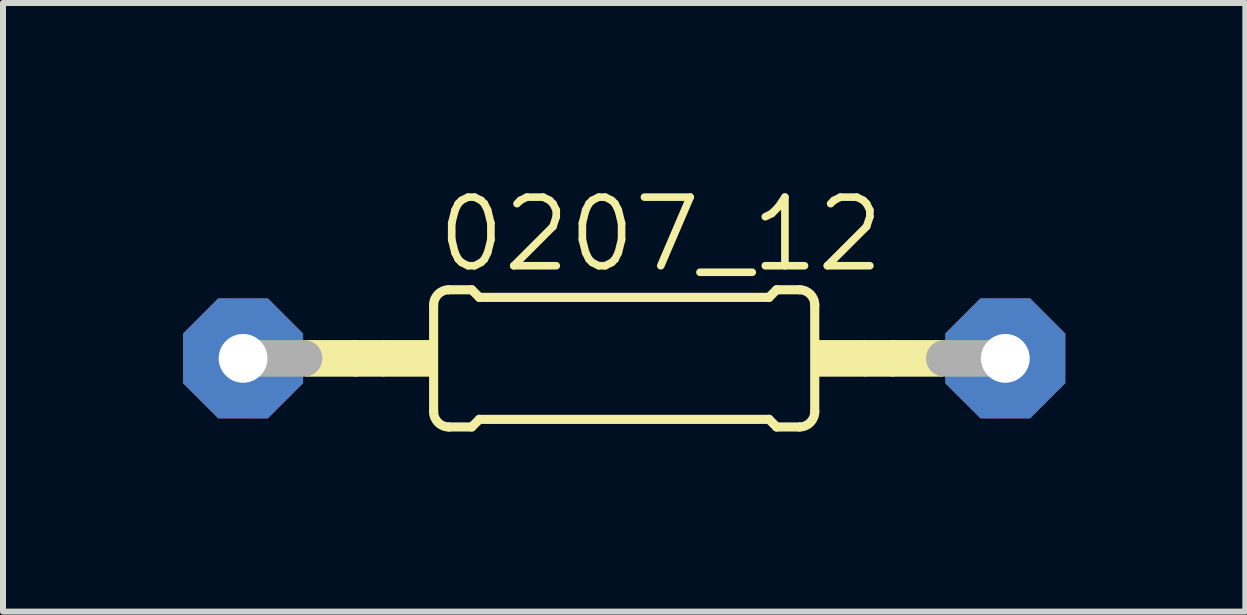
<source format=kicad_pcb>
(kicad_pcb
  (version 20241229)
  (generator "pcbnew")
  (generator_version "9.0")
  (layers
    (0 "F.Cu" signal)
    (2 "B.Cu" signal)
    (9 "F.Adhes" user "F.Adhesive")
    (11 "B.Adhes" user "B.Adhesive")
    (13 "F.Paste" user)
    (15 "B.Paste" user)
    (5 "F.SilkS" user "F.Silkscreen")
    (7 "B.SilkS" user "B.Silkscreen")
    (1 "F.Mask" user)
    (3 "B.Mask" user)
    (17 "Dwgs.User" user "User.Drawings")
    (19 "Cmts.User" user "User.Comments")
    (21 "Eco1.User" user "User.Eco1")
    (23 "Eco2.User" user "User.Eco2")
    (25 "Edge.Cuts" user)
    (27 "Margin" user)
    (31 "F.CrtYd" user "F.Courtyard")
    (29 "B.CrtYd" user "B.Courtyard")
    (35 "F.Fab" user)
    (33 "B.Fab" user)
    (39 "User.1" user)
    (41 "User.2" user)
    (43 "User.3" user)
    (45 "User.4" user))
  (footprint "0207_12"
    (layer "F.Cu")
    (at 7.35 2.921)
    (property "Reference" "0207_12" (at -3.175 -1.397 0) (layer "F.SilkS") (effects (font (size 1.143 1.143) (thickness 0.127)) (justify left bottom)))
    (fp_line (start -4.445 0) (end -4.064 0) (stroke (width 0.61) (type solid)) (layer "F.SilkS"))
    (fp_line (start -3.175 0.889) (end -3.175 -0.889) (stroke (width 0.152) (type solid)) (layer "F.SilkS"))
    (fp_line (start -2.921 -1.143) (end -2.54 -1.143) (stroke (width 0.152) (type solid)) (layer "F.SilkS"))
    (fp_line (start -2.921 1.143) (end -2.54 1.143) (stroke (width 0.152) (type solid)) (layer "F.SilkS"))
    (fp_line (start -2.413 -1.016) (end -2.54 -1.143) (stroke (width 0.152) (type solid)) (layer "F.SilkS"))
    (fp_line (start -2.413 1.016) (end -2.54 1.143) (stroke (width 0.152) (type solid)) (layer "F.SilkS"))
    (fp_line (start 2.413 -1.016) (end -2.413 -1.016) (stroke (width 0.152) (type solid)) (layer "F.SilkS"))
    (fp_line (start 2.413 -1.016) (end 2.54 -1.143) (stroke (width 0.152) (type solid)) (layer "F.SilkS"))
    (fp_line (start 2.413 1.016) (end -2.413 1.016) (stroke (width 0.152) (type solid)) (layer "F.SilkS"))
    (fp_line (start 2.413 1.016) (end 2.54 1.143) (stroke (width 0.152) (type solid)) (layer "F.SilkS"))
    (fp_line (start 2.921 -1.143) (end 2.54 -1.143) (stroke (width 0.152) (type solid)) (layer "F.SilkS"))
    (fp_line (start 2.921 1.143) (end 2.54 1.143) (stroke (width 0.152) (type solid)) (layer "F.SilkS"))
    (fp_line (start 3.175 0.889) (end 3.175 -0.889) (stroke (width 0.152) (type solid)) (layer "F.SilkS"))
    (fp_line (start 4.445 0) (end 4.064 0) (stroke (width 0.61) (type solid)) (layer "F.SilkS"))
    (fp_arc (start -3.175 -0.889) (mid -3.100605 -1.068605) (end -2.921 -1.143) (stroke (width 0.1524) (type solid)) (layer "F.SilkS"))
    (fp_arc (start -2.921 1.143) (mid -3.100605 1.068605) (end -3.175 0.889) (stroke (width 0.1524) (type solid)) (layer "F.SilkS"))
    (fp_arc (start 2.921 -1.143) (mid 3.100605 -1.068605) (end 3.175 -0.889) (stroke (width 0.1524) (type solid)) (layer "F.SilkS"))
    (fp_arc (start 3.175 0.889) (mid 3.100605 1.068605) (end 2.921 1.143) (stroke (width 0.1524) (type solid)) (layer "F.SilkS"))
    (fp_poly (pts (xy -5.309 0.305) (xy -4.445 0.305) (xy -4.445 -0.305) (xy -5.309 -0.305)) (stroke (width 0) (type default)) (fill yes) (layer "F.SilkS"))
    (fp_poly (pts (xy -4.039 0.305) (xy -3.175 0.305) (xy -3.175 -0.305) (xy -4.039 -0.305)) (stroke (width 0) (type default)) (fill yes) (layer "F.SilkS"))
    (fp_poly (pts (xy 3.175 0.305) (xy 4.039 0.305) (xy 4.039 -0.305) (xy 3.175 -0.305)) (stroke (width 0) (type default)) (fill yes) (layer "F.SilkS"))
    (fp_poly (pts (xy 4.445 0.305) (xy 5.309 0.305) (xy 5.309 -0.305) (xy 4.445 -0.305)) (stroke (width 0) (type default)) (fill yes) (layer "F.SilkS"))
    (fp_line (start -6.35 0) (end -5.334 0) (stroke (width 0.61) (type solid)) (layer "F.Fab"))
    (fp_line (start 6.35 0) (end 5.334 0) (stroke (width 0.61) (type solid)) (layer "F.Fab"))
    (pad "1" thru_hole roundrect (at -6.35 0) (size 2 2) (drill 0.813) (layers "*.Cu" "*.Mask") (roundrect_rratio 0.25) (chamfer_ratio 0.293) (chamfer top_left top_right bottom_left bottom_right))
    (pad "2" thru_hole roundrect (at 6.35 0) (size 2 2) (drill 0.813) (layers "*.Cu" "*.Mask") (roundrect_rratio 0.25) (chamfer_ratio 0.293) (chamfer top_left top_right bottom_left bottom_right)))
  (gr_rect
    (start -3 -3)
    (end 17.7 7.14)
    (stroke (width 0.1) (type default))
    (fill no)
    (layer "Edge.Cuts")))
</source>
